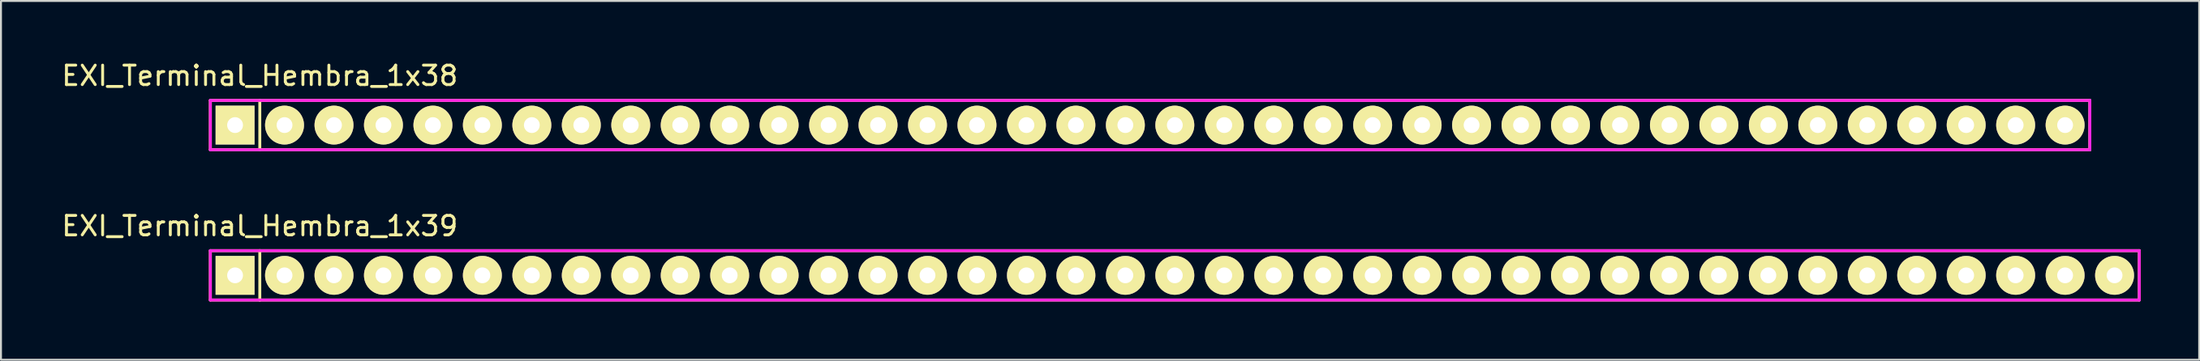
<source format=kicad_pcb>
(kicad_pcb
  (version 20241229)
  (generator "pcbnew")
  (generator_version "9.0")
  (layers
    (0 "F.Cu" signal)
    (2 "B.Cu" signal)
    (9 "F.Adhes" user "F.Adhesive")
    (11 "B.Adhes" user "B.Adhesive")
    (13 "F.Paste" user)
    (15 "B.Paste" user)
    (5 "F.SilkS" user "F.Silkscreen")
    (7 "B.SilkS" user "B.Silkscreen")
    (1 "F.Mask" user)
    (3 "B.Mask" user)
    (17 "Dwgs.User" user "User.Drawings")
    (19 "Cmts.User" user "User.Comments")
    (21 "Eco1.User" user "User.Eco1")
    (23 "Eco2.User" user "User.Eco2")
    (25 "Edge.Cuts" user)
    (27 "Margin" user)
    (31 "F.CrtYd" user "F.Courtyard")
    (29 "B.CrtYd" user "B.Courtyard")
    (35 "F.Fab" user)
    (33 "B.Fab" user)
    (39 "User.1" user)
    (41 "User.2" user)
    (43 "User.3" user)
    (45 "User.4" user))
  (footprint "EXI_Terminal_Hembra_1x38"
    (layer "F.Cu")
    (at 56.012 3.388)
    (property "Reference" "EXI_Terminal_Hembra_1x38" (at -45.72 -2.54 0) (layer "F.SilkS") (effects (font (size 1 1) (thickness 0.15))))
    (attr through_hole)
    (fp_line (start -48.26 -1.27) (end -48.26 1.27) (stroke (width 0.15) (type solid)) (layer "F.SilkS"))
    (fp_line (start -48.26 1.27) (end -45.72 1.27) (stroke (width 0.15) (type solid)) (layer "F.SilkS"))
    (fp_line (start -45.72 -1.27) (end -48.26 -1.27) (stroke (width 0.15) (type solid)) (layer "F.SilkS"))
    (fp_line (start -45.72 -1.27) (end 48.26 -1.27) (stroke (width 0.15) (type solid)) (layer "F.SilkS"))
    (fp_line (start -45.72 1.27) (end -45.72 -1.27) (stroke (width 0.15) (type solid)) (layer "F.SilkS"))
    (fp_line (start 48.26 -1.27) (end 48.26 1.27) (stroke (width 0.15) (type solid)) (layer "F.SilkS"))
    (fp_line (start 48.26 1.27) (end -45.72 1.27) (stroke (width 0.15) (type solid)) (layer "F.SilkS"))
    (fp_line (start -48.26 -1.27) (end 48.26 -1.27) (stroke (width 0.15) (type solid)) (layer "F.CrtYd"))
    (fp_line (start -48.26 1.27) (end -48.26 -1.27) (stroke (width 0.15) (type solid)) (layer "F.CrtYd"))
    (fp_line (start 48.26 -1.27) (end 48.26 1.27) (stroke (width 0.15) (type solid)) (layer "F.CrtYd"))
    (fp_line (start 48.26 1.27) (end -48.26 1.27) (stroke (width 0.15) (type solid)) (layer "F.CrtYd"))
    (pad "1" thru_hole rect (at -46.99 0) (size 1.999 1.999) (drill 0.813) (layers "*.Cu" "*.Mask" "F.SilkS"))
    (pad "2" thru_hole circle (at -44.45 0) (size 1.999 1.999) (drill 0.813) (layers "*.Cu" "*.Mask" "F.SilkS"))
    (pad "3" thru_hole circle (at -41.91 0) (size 1.999 1.999) (drill 0.813) (layers "*.Cu" "*.Mask" "F.SilkS"))
    (pad "4" thru_hole circle (at -39.37 0) (size 1.999 1.999) (drill 0.813) (layers "*.Cu" "*.Mask" "F.SilkS"))
    (pad "5" thru_hole circle (at -36.83 0) (size 1.999 1.999) (drill 0.813) (layers "*.Cu" "*.Mask" "F.SilkS"))
    (pad "6" thru_hole circle (at -34.29 0) (size 1.999 1.999) (drill 0.813) (layers "*.Cu" "*.Mask" "F.SilkS"))
    (pad "7" thru_hole circle (at -31.75 0) (size 1.999 1.999) (drill 0.813) (layers "*.Cu" "*.Mask" "F.SilkS"))
    (pad "8" thru_hole circle (at -29.21 0) (size 1.999 1.999) (drill 0.813) (layers "*.Cu" "*.Mask" "F.SilkS"))
    (pad "9" thru_hole circle (at -26.67 0) (size 1.999 1.999) (drill 0.813) (layers "*.Cu" "*.Mask" "F.SilkS"))
    (pad "10" thru_hole circle (at -24.13 0) (size 1.999 1.999) (drill 0.813) (layers "*.Cu" "*.Mask" "F.SilkS"))
    (pad "11" thru_hole circle (at -21.59 0) (size 1.999 1.999) (drill 0.813) (layers "*.Cu" "*.Mask" "F.SilkS"))
    (pad "12" thru_hole circle (at -19.05 0) (size 1.999 1.999) (drill 0.813) (layers "*.Cu" "*.Mask" "F.SilkS"))
    (pad "13" thru_hole circle (at -16.51 0) (size 1.999 1.999) (drill 0.813) (layers "*.Cu" "*.Mask" "F.SilkS"))
    (pad "14" thru_hole circle (at -13.97 0) (size 1.999 1.999) (drill 0.813) (layers "*.Cu" "*.Mask" "F.SilkS"))
    (pad "15" thru_hole circle (at -11.43 0) (size 1.999 1.999) (drill 0.813) (layers "*.Cu" "*.Mask" "F.SilkS"))
    (pad "16" thru_hole circle (at -8.89 0) (size 1.999 1.999) (drill 0.813) (layers "*.Cu" "*.Mask" "F.SilkS"))
    (pad "17" thru_hole circle (at -6.35 0) (size 1.999 1.999) (drill 0.813) (layers "*.Cu" "*.Mask" "F.SilkS"))
    (pad "18" thru_hole circle (at -3.81 0) (size 1.999 1.999) (drill 0.813) (layers "*.Cu" "*.Mask" "F.SilkS"))
    (pad "19" thru_hole circle (at -1.27 0) (size 1.999 1.999) (drill 0.813) (layers "*.Cu" "*.Mask" "F.SilkS"))
    (pad "20" thru_hole circle (at 1.27 0) (size 1.999 1.999) (drill 0.813) (layers "*.Cu" "*.Mask" "F.SilkS"))
    (pad "21" thru_hole circle (at 3.81 0) (size 1.999 1.999) (drill 0.813) (layers "*.Cu" "*.Mask" "F.SilkS"))
    (pad "22" thru_hole circle (at 6.35 0) (size 1.999 1.999) (drill 0.813) (layers "*.Cu" "*.Mask" "F.SilkS"))
    (pad "23" thru_hole circle (at 8.89 0) (size 1.999 1.999) (drill 0.813) (layers "*.Cu" "*.Mask" "F.SilkS"))
    (pad "24" thru_hole circle (at 11.43 0) (size 1.999 1.999) (drill 0.813) (layers "*.Cu" "*.Mask" "F.SilkS"))
    (pad "25" thru_hole circle (at 13.97 0) (size 1.999 1.999) (drill 0.813) (layers "*.Cu" "*.Mask" "F.SilkS"))
    (pad "26" thru_hole circle (at 16.51 0) (size 1.999 1.999) (drill 0.813) (layers "*.Cu" "*.Mask" "F.SilkS"))
    (pad "27" thru_hole circle (at 19.05 0) (size 1.999 1.999) (drill 0.813) (layers "*.Cu" "*.Mask" "F.SilkS"))
    (pad "28" thru_hole circle (at 21.59 0) (size 1.999 1.999) (drill 0.813) (layers "*.Cu" "*.Mask" "F.SilkS"))
    (pad "29" thru_hole circle (at 24.13 0) (size 1.999 1.999) (drill 0.813) (layers "*.Cu" "*.Mask" "F.SilkS"))
    (pad "30" thru_hole circle (at 26.67 0) (size 1.999 1.999) (drill 0.813) (layers "*.Cu" "*.Mask" "F.SilkS"))
    (pad "31" thru_hole circle (at 29.21 0) (size 1.999 1.999) (drill 0.813) (layers "*.Cu" "*.Mask" "F.SilkS"))
    (pad "32" thru_hole circle (at 31.75 0) (size 1.999 1.999) (drill 0.813) (layers "*.Cu" "*.Mask" "F.SilkS"))
    (pad "33" thru_hole circle (at 34.29 0) (size 1.999 1.999) (drill 0.813) (layers "*.Cu" "*.Mask" "F.SilkS"))
    (pad "34" thru_hole circle (at 36.83 0) (size 1.999 1.999) (drill 0.813) (layers "*.Cu" "*.Mask" "F.SilkS"))
    (pad "35" thru_hole circle (at 39.37 0) (size 1.999 1.999) (drill 0.813) (layers "*.Cu" "*.Mask" "F.SilkS"))
    (pad "36" thru_hole circle (at 41.91 0) (size 1.999 1.999) (drill 0.813) (layers "*.Cu" "*.Mask" "F.SilkS"))
    (pad "37" thru_hole circle (at 44.45 0) (size 1.999 1.999) (drill 0.813) (layers "*.Cu" "*.Mask" "F.SilkS"))
    (pad "38" thru_hole circle (at 46.99 0) (size 1.999 1.999) (drill 0.813) (layers "*.Cu" "*.Mask" "F.SilkS")))
  (footprint "EXI_Terminal_Hembra_1x39"
    (layer "F.Cu")
    (at 57.282 11.121)
    (property "Reference" "EXI_Terminal_Hembra_1x39" (at -46.99 -2.54 0) (layer "F.SilkS") (effects (font (size 1 1) (thickness 0.15))))
    (attr through_hole)
    (fp_line (start -49.53 -1.27) (end -49.53 1.27) (stroke (width 0.15) (type solid)) (layer "F.SilkS"))
    (fp_line (start -49.53 1.27) (end -46.99 1.27) (stroke (width 0.15) (type solid)) (layer "F.SilkS"))
    (fp_line (start -46.99 -1.27) (end -49.53 -1.27) (stroke (width 0.15) (type solid)) (layer "F.SilkS"))
    (fp_line (start -46.99 -1.27) (end 49.53 -1.27) (stroke (width 0.15) (type solid)) (layer "F.SilkS"))
    (fp_line (start -46.99 1.27) (end -46.99 -1.27) (stroke (width 0.15) (type solid)) (layer "F.SilkS"))
    (fp_line (start 49.53 -1.27) (end 49.53 1.27) (stroke (width 0.15) (type solid)) (layer "F.SilkS"))
    (fp_line (start 49.53 1.27) (end -46.99 1.27) (stroke (width 0.15) (type solid)) (layer "F.SilkS"))
    (fp_line (start -49.53 -1.27) (end 49.53 -1.27) (stroke (width 0.15) (type solid)) (layer "F.CrtYd"))
    (fp_line (start -49.53 1.27) (end -49.53 -1.27) (stroke (width 0.15) (type solid)) (layer "F.CrtYd"))
    (fp_line (start 49.53 -1.27) (end 49.53 1.27) (stroke (width 0.15) (type solid)) (layer "F.CrtYd"))
    (fp_line (start 49.53 1.27) (end -49.53 1.27) (stroke (width 0.15) (type solid)) (layer "F.CrtYd"))
    (pad "1" thru_hole rect (at -48.26 0) (size 1.999 1.999) (drill 0.813) (layers "*.Cu" "*.Mask" "F.SilkS"))
    (pad "2" thru_hole circle (at -45.72 0) (size 1.999 1.999) (drill 0.813) (layers "*.Cu" "*.Mask" "F.SilkS"))
    (pad "3" thru_hole circle (at -43.18 0) (size 1.999 1.999) (drill 0.813) (layers "*.Cu" "*.Mask" "F.SilkS"))
    (pad "4" thru_hole circle (at -40.64 0) (size 1.999 1.999) (drill 0.813) (layers "*.Cu" "*.Mask" "F.SilkS"))
    (pad "5" thru_hole circle (at -38.1 0) (size 1.999 1.999) (drill 0.813) (layers "*.Cu" "*.Mask" "F.SilkS"))
    (pad "6" thru_hole circle (at -35.56 0) (size 1.999 1.999) (drill 0.813) (layers "*.Cu" "*.Mask" "F.SilkS"))
    (pad "7" thru_hole circle (at -33.02 0) (size 1.999 1.999) (drill 0.813) (layers "*.Cu" "*.Mask" "F.SilkS"))
    (pad "8" thru_hole circle (at -30.48 0) (size 1.999 1.999) (drill 0.813) (layers "*.Cu" "*.Mask" "F.SilkS"))
    (pad "9" thru_hole circle (at -27.94 0) (size 1.999 1.999) (drill 0.813) (layers "*.Cu" "*.Mask" "F.SilkS"))
    (pad "10" thru_hole circle (at -25.4 0) (size 1.999 1.999) (drill 0.813) (layers "*.Cu" "*.Mask" "F.SilkS"))
    (pad "11" thru_hole circle (at -22.86 0) (size 1.999 1.999) (drill 0.813) (layers "*.Cu" "*.Mask" "F.SilkS"))
    (pad "12" thru_hole circle (at -20.32 0) (size 1.999 1.999) (drill 0.813) (layers "*.Cu" "*.Mask" "F.SilkS"))
    (pad "13" thru_hole circle (at -17.78 0) (size 1.999 1.999) (drill 0.813) (layers "*.Cu" "*.Mask" "F.SilkS"))
    (pad "14" thru_hole circle (at -15.24 0) (size 1.999 1.999) (drill 0.813) (layers "*.Cu" "*.Mask" "F.SilkS"))
    (pad "15" thru_hole circle (at -12.7 0) (size 1.999 1.999) (drill 0.813) (layers "*.Cu" "*.Mask" "F.SilkS"))
    (pad "16" thru_hole circle (at -10.16 0) (size 1.999 1.999) (drill 0.813) (layers "*.Cu" "*.Mask" "F.SilkS"))
    (pad "17" thru_hole circle (at -7.62 0) (size 1.999 1.999) (drill 0.813) (layers "*.Cu" "*.Mask" "F.SilkS"))
    (pad "18" thru_hole circle (at -5.08 0) (size 1.999 1.999) (drill 0.813) (layers "*.Cu" "*.Mask" "F.SilkS"))
    (pad "19" thru_hole circle (at -2.54 0) (size 1.999 1.999) (drill 0.813) (layers "*.Cu" "*.Mask" "F.SilkS"))
    (pad "20" thru_hole circle (at 0 0) (size 1.999 1.999) (drill 0.813) (layers "*.Cu" "*.Mask" "F.SilkS"))
    (pad "21" thru_hole circle (at 2.54 0) (size 1.999 1.999) (drill 0.813) (layers "*.Cu" "*.Mask" "F.SilkS"))
    (pad "22" thru_hole circle (at 5.08 0) (size 1.999 1.999) (drill 0.813) (layers "*.Cu" "*.Mask" "F.SilkS"))
    (pad "23" thru_hole circle (at 7.62 0) (size 1.999 1.999) (drill 0.813) (layers "*.Cu" "*.Mask" "F.SilkS"))
    (pad "24" thru_hole circle (at 10.16 0) (size 1.999 1.999) (drill 0.813) (layers "*.Cu" "*.Mask" "F.SilkS"))
    (pad "25" thru_hole circle (at 12.7 0) (size 1.999 1.999) (drill 0.813) (layers "*.Cu" "*.Mask" "F.SilkS"))
    (pad "26" thru_hole circle (at 15.24 0) (size 1.999 1.999) (drill 0.813) (layers "*.Cu" "*.Mask" "F.SilkS"))
    (pad "27" thru_hole circle (at 17.78 0) (size 1.999 1.999) (drill 0.813) (layers "*.Cu" "*.Mask" "F.SilkS"))
    (pad "28" thru_hole circle (at 20.32 0) (size 1.999 1.999) (drill 0.813) (layers "*.Cu" "*.Mask" "F.SilkS"))
    (pad "29" thru_hole circle (at 22.86 0) (size 1.999 1.999) (drill 0.813) (layers "*.Cu" "*.Mask" "F.SilkS"))
    (pad "30" thru_hole circle (at 25.4 0) (size 1.999 1.999) (drill 0.813) (layers "*.Cu" "*.Mask" "F.SilkS"))
    (pad "31" thru_hole circle (at 27.94 0) (size 1.999 1.999) (drill 0.813) (layers "*.Cu" "*.Mask" "F.SilkS"))
    (pad "32" thru_hole circle (at 30.48 0) (size 1.999 1.999) (drill 0.813) (layers "*.Cu" "*.Mask" "F.SilkS"))
    (pad "33" thru_hole circle (at 33.02 0) (size 1.999 1.999) (drill 0.813) (layers "*.Cu" "*.Mask" "F.SilkS"))
    (pad "34" thru_hole circle (at 35.56 0) (size 1.999 1.999) (drill 0.813) (layers "*.Cu" "*.Mask" "F.SilkS"))
    (pad "35" thru_hole circle (at 38.1 0) (size 1.999 1.999) (drill 0.813) (layers "*.Cu" "*.Mask" "F.SilkS"))
    (pad "36" thru_hole circle (at 40.64 0) (size 1.999 1.999) (drill 0.813) (layers "*.Cu" "*.Mask" "F.SilkS"))
    (pad "37" thru_hole circle (at 43.18 0) (size 1.999 1.999) (drill 0.813) (layers "*.Cu" "*.Mask" "F.SilkS"))
    (pad "38" thru_hole circle (at 45.72 0) (size 1.999 1.999) (drill 0.813) (layers "*.Cu" "*.Mask" "F.SilkS"))
    (pad "39" thru_hole circle (at 48.26 0) (size 1.999 1.999) (drill 0.813) (layers "*.Cu" "*.Mask" "F.SilkS")))
  (gr_rect
    (start -3 -3)
    (end 109.887 15.466)
    (stroke (width 0.1) (type default))
    (fill no)
    (layer "Edge.Cuts")))
</source>
